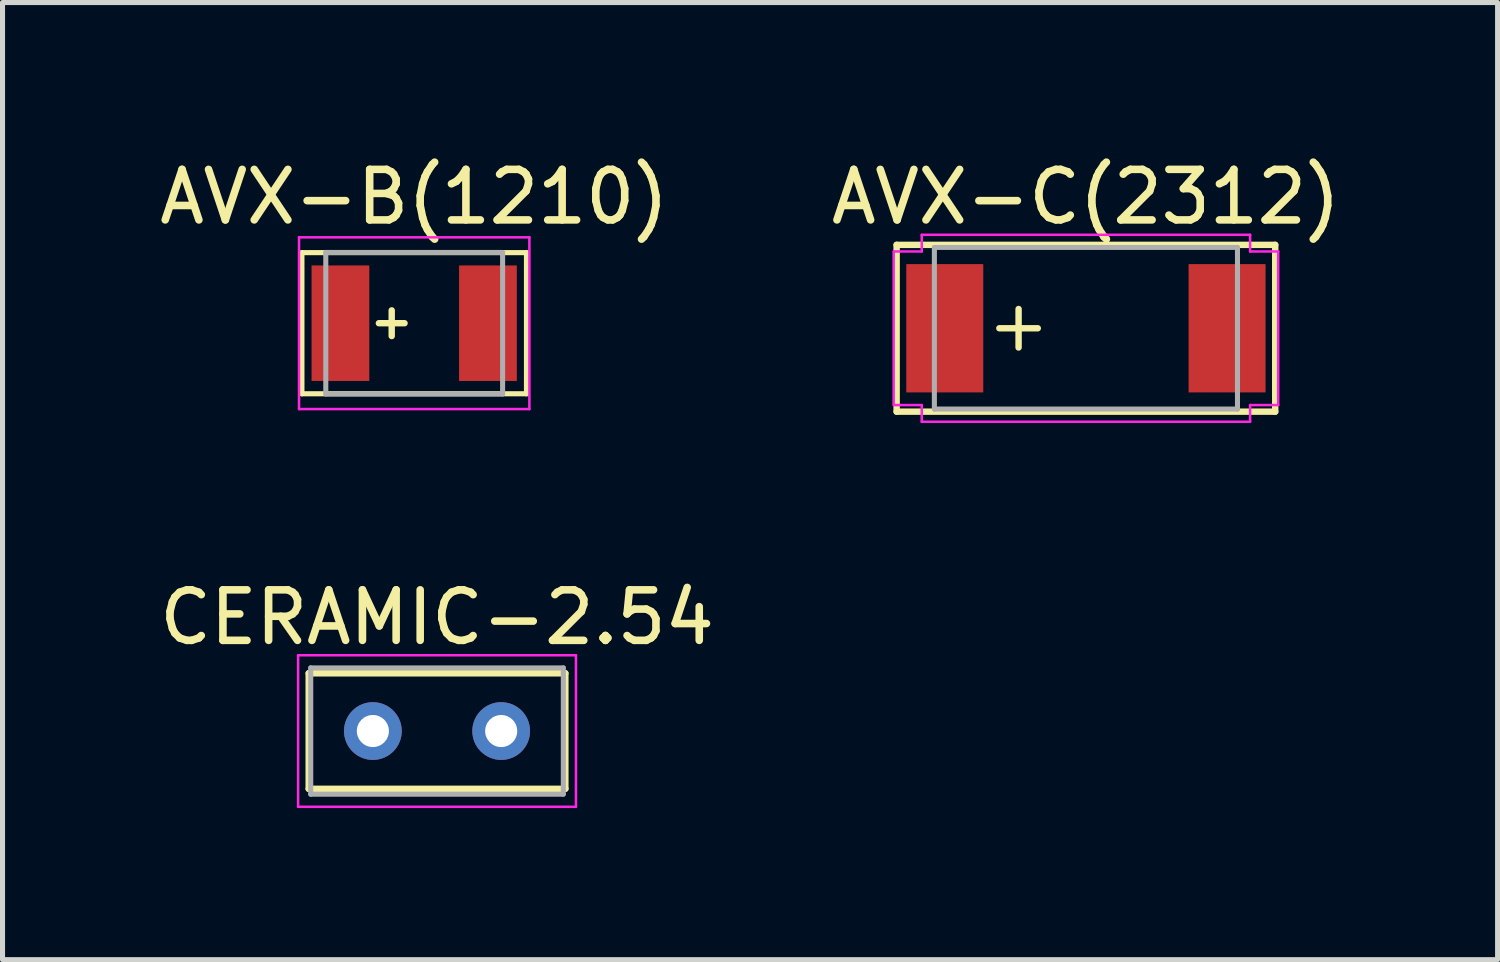
<source format=kicad_pcb>
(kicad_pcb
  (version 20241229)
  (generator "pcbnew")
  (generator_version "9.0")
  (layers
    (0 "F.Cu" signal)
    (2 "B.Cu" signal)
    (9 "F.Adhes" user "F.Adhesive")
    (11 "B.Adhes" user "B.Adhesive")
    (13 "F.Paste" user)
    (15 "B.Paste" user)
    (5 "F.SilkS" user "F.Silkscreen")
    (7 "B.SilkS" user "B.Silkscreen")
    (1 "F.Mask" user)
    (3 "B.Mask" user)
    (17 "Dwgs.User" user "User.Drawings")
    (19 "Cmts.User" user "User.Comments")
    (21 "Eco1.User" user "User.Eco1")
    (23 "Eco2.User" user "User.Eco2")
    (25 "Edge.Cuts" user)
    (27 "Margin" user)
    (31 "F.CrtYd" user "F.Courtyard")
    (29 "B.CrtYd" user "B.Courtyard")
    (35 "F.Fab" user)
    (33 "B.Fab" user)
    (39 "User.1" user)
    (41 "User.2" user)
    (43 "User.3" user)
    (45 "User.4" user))
  (footprint "AVX-B(1210)"
    (layer "F.Cu")
    (at 5.149 3.348)
    (property "Reference" "AVX-B(1210)" (at 0 -2.5 0) (layer "F.SilkS") (effects (font (size 1 1) (thickness 0.15))))
    (attr smd)
    (fp_line (start -2.223 -1.397) (end 2.223 -1.397) (stroke (width 0.066) (type solid)) (layer "F.SilkS"))
    (fp_line (start -2.223 -1.397) (end 2.223 -1.397) (stroke (width 0.102) (type solid)) (layer "F.SilkS"))
    (fp_line (start -2.223 1.397) (end -2.223 -1.397) (stroke (width 0.066) (type solid)) (layer "F.SilkS"))
    (fp_line (start -2.223 1.397) (end -2.223 -1.397) (stroke (width 0.102) (type solid)) (layer "F.SilkS"))
    (fp_line (start -2.223 1.397) (end 2.223 1.397) (stroke (width 0.066) (type solid)) (layer "F.SilkS"))
    (fp_line (start -0.699 0) (end -0.191 0) (stroke (width 0.127) (type solid)) (layer "F.SilkS"))
    (fp_line (start -0.445 0.254) (end -0.445 -0.254) (stroke (width 0.127) (type solid)) (layer "F.SilkS"))
    (fp_line (start 2.223 -1.397) (end 2.223 1.397) (stroke (width 0.102) (type solid)) (layer "F.SilkS"))
    (fp_line (start 2.223 1.397) (end -2.223 1.397) (stroke (width 0.102) (type solid)) (layer "F.SilkS"))
    (fp_line (start 2.223 1.397) (end 2.223 -1.397) (stroke (width 0.066) (type solid)) (layer "F.SilkS"))
    (fp_line (start -2.28 -1.7) (end 2.28 -1.7) (stroke (width 0.05) (type solid)) (layer "F.CrtYd"))
    (fp_line (start -2.28 1.7) (end -2.28 -1.7) (stroke (width 0.05) (type solid)) (layer "F.CrtYd"))
    (fp_line (start 2.28 -1.7) (end 2.28 1.7) (stroke (width 0.05) (type solid)) (layer "F.CrtYd"))
    (fp_line (start 2.28 1.7) (end -2.28 1.7) (stroke (width 0.05) (type solid)) (layer "F.CrtYd"))
    (fp_line (start -1.75 -1.4) (end 1.75 -1.4) (stroke (width 0.1) (type solid)) (layer "F.Fab"))
    (fp_line (start -1.75 1.4) (end -1.75 -1.4) (stroke (width 0.1) (type solid)) (layer "F.Fab"))
    (fp_line (start 1.75 -1.4) (end 1.75 1.4) (stroke (width 0.1) (type solid)) (layer "F.Fab"))
    (fp_line (start 1.75 1.4) (end -1.75 1.4) (stroke (width 0.1) (type solid)) (layer "F.Fab"))
    (pad "1" smd rect (at -1.46 0) (size 1.143 2.286) (layers "F.Cu" "F.Mask" "F.Paste"))
    (pad "2" smd rect (at 1.46 0 180) (size 1.143 2.286) (layers "F.Cu" "F.Mask" "F.Paste")))
  (footprint "CERAMIC-2.54"
    (layer "F.Cu")
    (at 5.601 11.421)
    (property "Reference" "CERAMIC-2.54" (at 0 -2.25 0) (layer "F.SilkS") (effects (font (size 1 1) (thickness 0.15))))
    (attr exclude_from_pos_files exclude_from_bom)
    (fp_line (start -2.54 -1.143) (end 2.54 -1.143) (stroke (width 0.066) (type solid)) (layer "F.SilkS"))
    (fp_line (start -2.54 -1.143) (end 2.54 -1.143) (stroke (width 0.127) (type solid)) (layer "F.SilkS"))
    (fp_line (start -2.54 1.143) (end -2.54 -1.143) (stroke (width 0.066) (type solid)) (layer "F.SilkS"))
    (fp_line (start -2.54 1.143) (end -2.54 -1.143) (stroke (width 0.127) (type solid)) (layer "F.SilkS"))
    (fp_line (start -2.54 1.143) (end 2.54 1.143) (stroke (width 0.066) (type solid)) (layer "F.SilkS"))
    (fp_line (start 2.54 -1.143) (end 2.54 1.143) (stroke (width 0.127) (type solid)) (layer "F.SilkS"))
    (fp_line (start 2.54 1.143) (end -2.54 1.143) (stroke (width 0.127) (type solid)) (layer "F.SilkS"))
    (fp_line (start 2.54 1.143) (end 2.54 -1.143) (stroke (width 0.066) (type solid)) (layer "F.SilkS"))
    (fp_line (start -2.75 -1.5) (end 2.75 -1.5) (stroke (width 0.05) (type solid)) (layer "F.CrtYd"))
    (fp_line (start -2.75 1.5) (end -2.75 -1.5) (stroke (width 0.05) (type solid)) (layer "F.CrtYd"))
    (fp_line (start 2.75 -1.5) (end 2.75 1.5) (stroke (width 0.05) (type solid)) (layer "F.CrtYd"))
    (fp_line (start 2.75 1.5) (end -2.75 1.5) (stroke (width 0.05) (type solid)) (layer "F.CrtYd"))
    (fp_line (start -2.5 -1.25) (end 2.5 -1.25) (stroke (width 0.1) (type solid)) (layer "F.Fab"))
    (fp_line (start -2.5 1.25) (end -2.5 -1.25) (stroke (width 0.1) (type solid)) (layer "F.Fab"))
    (fp_line (start 2.5 -1.25) (end 2.5 1.25) (stroke (width 0.1) (type solid)) (layer "F.Fab"))
    (fp_line (start 2.5 1.25) (end -2.5 1.25) (stroke (width 0.1) (type solid)) (layer "F.Fab"))
    (pad "1" thru_hole circle (at -1.27 0) (size 1.143 1.143) (drill 0.635) (layers "*.Cu" "*.Mask"))
    (pad "2" thru_hole circle (at 1.27 0) (size 1.143 1.143) (drill 0.635) (layers "*.Cu" "*.Mask")))
  (footprint "AVX-C(2312)"
    (layer "F.Cu")
    (at 18.446 3.448)
    (property "Reference" "AVX-C(2312)" (at 0 -2.6 0) (layer "F.SilkS") (effects (font (size 1 1) (thickness 0.15))))
    (attr smd)
    (fp_line (start -3.747 -1.651) (end 3.747 -1.651) (stroke (width 0.066) (type solid)) (layer "F.SilkS"))
    (fp_line (start -3.747 -1.651) (end 3.747 -1.651) (stroke (width 0.127) (type solid)) (layer "F.SilkS"))
    (fp_line (start -3.747 1.651) (end -3.747 -1.651) (stroke (width 0.066) (type solid)) (layer "F.SilkS"))
    (fp_line (start -3.747 1.651) (end -3.747 -1.651) (stroke (width 0.127) (type solid)) (layer "F.SilkS"))
    (fp_line (start -3.747 1.651) (end 3.747 1.651) (stroke (width 0.066) (type solid)) (layer "F.SilkS"))
    (fp_line (start -1.714 0) (end -0.953 0) (stroke (width 0.127) (type solid)) (layer "F.SilkS"))
    (fp_line (start -1.333 0.381) (end -1.333 -0.381) (stroke (width 0.127) (type solid)) (layer "F.SilkS"))
    (fp_line (start 3.747 -1.651) (end 3.747 1.651) (stroke (width 0.127) (type solid)) (layer "F.SilkS"))
    (fp_line (start 3.747 1.651) (end -3.747 1.651) (stroke (width 0.127) (type solid)) (layer "F.SilkS"))
    (fp_line (start 3.747 1.651) (end 3.747 -1.651) (stroke (width 0.066) (type solid)) (layer "F.SilkS"))
    (fp_line (start -3.806 1.52) (end -3.806 -1.52) (stroke (width 0.05) (type solid)) (layer "F.CrtYd"))
    (fp_line (start -3.8 -1.52) (end -3.25 -1.52) (stroke (width 0.05) (type solid)) (layer "F.CrtYd"))
    (fp_line (start -3.25 -1.85) (end 3.25 -1.85) (stroke (width 0.05) (type solid)) (layer "F.CrtYd"))
    (fp_line (start -3.25 -1.52) (end -3.25 -1.85) (stroke (width 0.05) (type solid)) (layer "F.CrtYd"))
    (fp_line (start -3.25 1.52) (end -3.8 1.52) (stroke (width 0.05) (type solid)) (layer "F.CrtYd"))
    (fp_line (start -3.25 1.85) (end -3.25 1.52) (stroke (width 0.05) (type solid)) (layer "F.CrtYd"))
    (fp_line (start 3.25 -1.85) (end 3.25 -1.52) (stroke (width 0.05) (type solid)) (layer "F.CrtYd"))
    (fp_line (start 3.25 -1.52) (end 3.806 -1.52) (stroke (width 0.05) (type solid)) (layer "F.CrtYd"))
    (fp_line (start 3.25 1.52) (end 3.25 1.85) (stroke (width 0.05) (type solid)) (layer "F.CrtYd"))
    (fp_line (start 3.25 1.85) (end -3.25 1.85) (stroke (width 0.05) (type solid)) (layer "F.CrtYd"))
    (fp_line (start 3.806 -1.52) (end 3.806 1.52) (stroke (width 0.05) (type solid)) (layer "F.CrtYd"))
    (fp_line (start 3.806 1.52) (end 3.25 1.52) (stroke (width 0.05) (type solid)) (layer "F.CrtYd"))
    (fp_line (start -3 -1.6) (end 3 -1.6) (stroke (width 0.1) (type solid)) (layer "F.Fab"))
    (fp_line (start -3 1.6) (end -3 -1.6) (stroke (width 0.1) (type solid)) (layer "F.Fab"))
    (fp_line (start 3 -1.6) (end 3 1.6) (stroke (width 0.1) (type solid)) (layer "F.Fab"))
    (fp_line (start 3 1.6) (end -3 1.6) (stroke (width 0.1) (type solid)) (layer "F.Fab"))
    (pad "1" smd rect (at -2.794 0 90) (size 2.54 1.524) (layers "F.Cu" "F.Mask" "F.Paste"))
    (pad "2" smd rect (at 2.794 0 90) (size 2.54 1.524) (layers "F.Cu" "F.Mask" "F.Paste")))
  (gr_rect
    (start -3 -3)
    (end 26.595 15.947)
    (stroke (width 0.1) (type default))
    (fill no)
    (layer "Edge.Cuts")))
</source>
